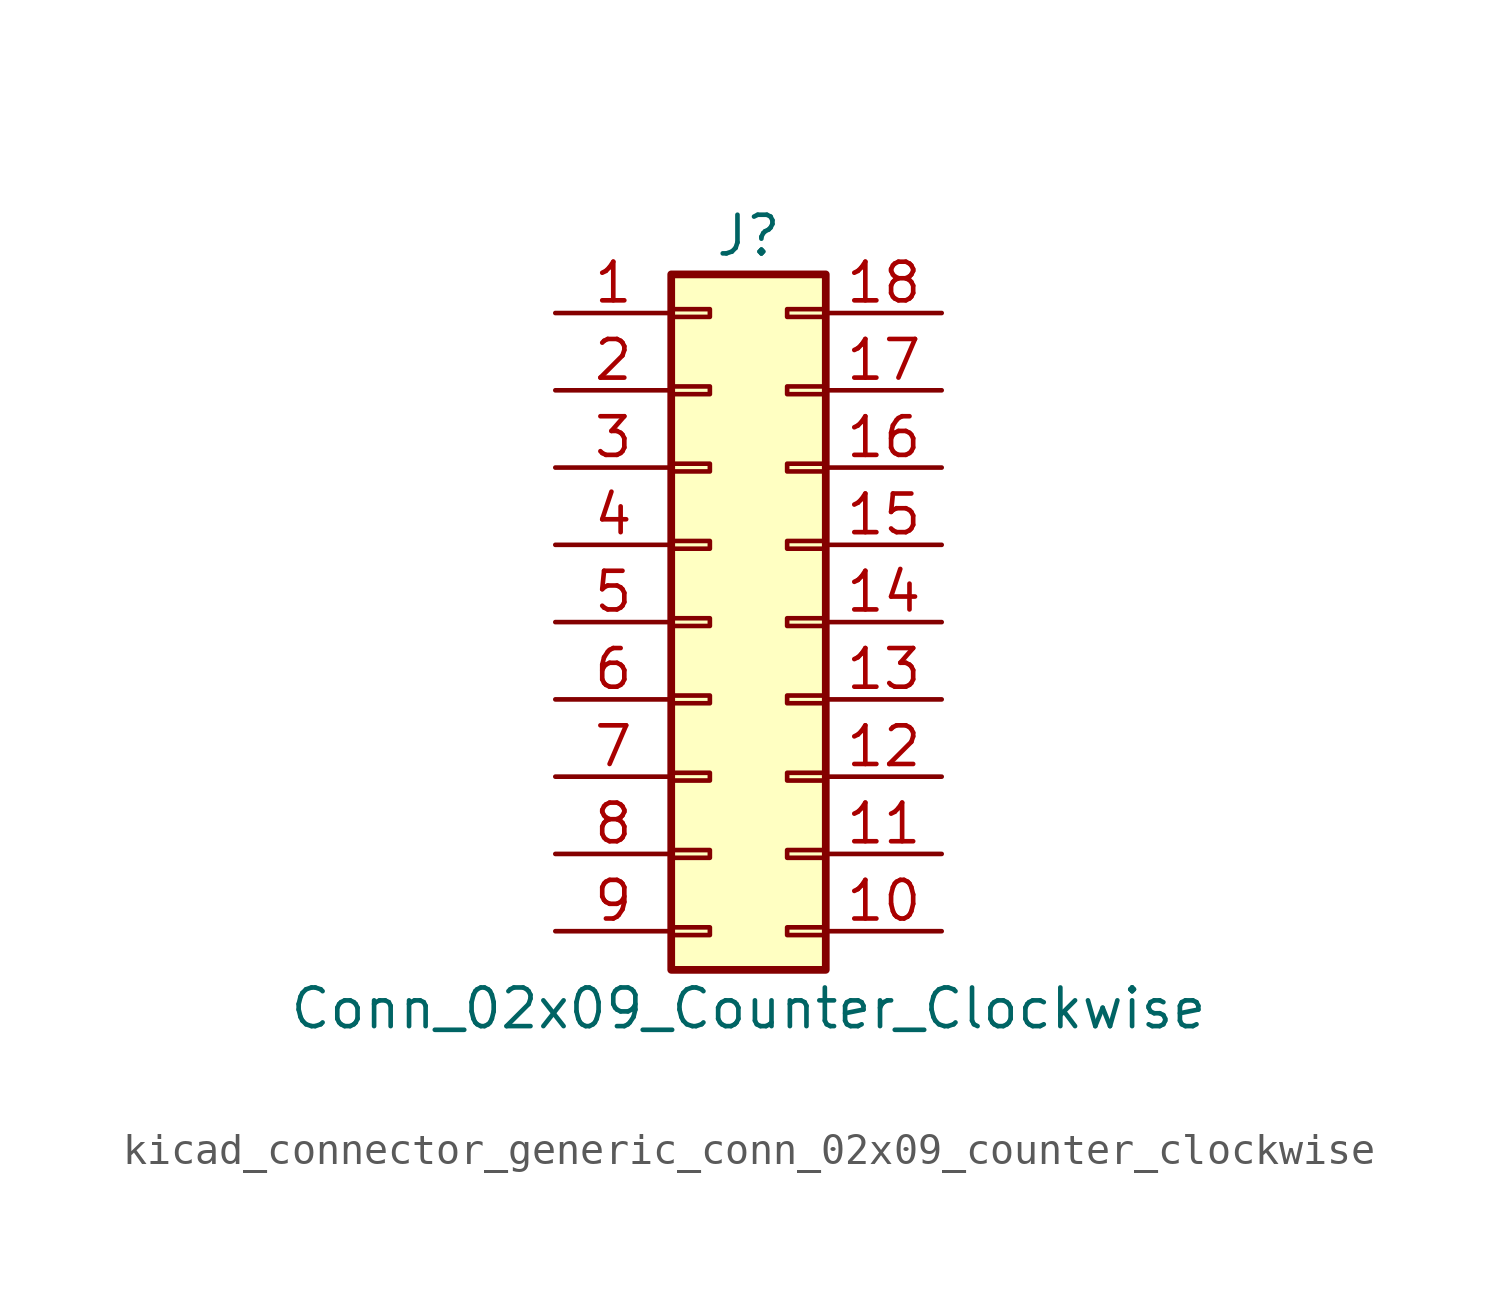
<source format=kicad_sym>
(kicad_symbol_lib
  (version 20220914)
  (generator kicad_symbol_editor)
  (symbol "kicad_connector_generic_conn_02x09_counter_clockwise"
    (pin_names
      (offset 1.016) hide)
    (property "Reference" "J"
      (at 1.27 12.7 0)
      (effects (font (size 1.27 1.27))))
    (property "Value" "Conn_02x09_Counter_Clockwise"
      (at 1.27 -12.7 0)
      (effects (font (size 1.27 1.27))))
    (symbol "kicad_connector_generic_conn_02x09_counter_clockwise_1_1"
      (rectangle (start -1.27 -10.033) (end 0 -10.287) (stroke (width 0.152) (type default)) (fill (type none)))
      (rectangle (start -1.27 -7.493) (end 0 -7.747) (stroke (width 0.152) (type default)) (fill (type none)))
      (rectangle (start -1.27 -4.953) (end 0 -5.207) (stroke (width 0.152) (type default)) (fill (type none)))
      (rectangle (start -1.27 -2.413) (end 0 -2.667) (stroke (width 0.152) (type default)) (fill (type none)))
      (rectangle (start -1.27 0.127) (end 0 -0.127) (stroke (width 0.152) (type default)) (fill (type none)))
      (rectangle (start -1.27 2.667) (end 0 2.413) (stroke (width 0.152) (type default)) (fill (type none)))
      (rectangle (start -1.27 5.207) (end 0 4.953) (stroke (width 0.152) (type default)) (fill (type none)))
      (rectangle (start -1.27 7.747) (end 0 7.493) (stroke (width 0.152) (type default)) (fill (type none)))
      (rectangle (start -1.27 10.287) (end 0 10.033) (stroke (width 0.152) (type default)) (fill (type none)))
      (rectangle (start -1.27 11.43) (end 3.81 -11.43) (stroke (width 0.254) (type default)) (fill (type background)))
      (rectangle (start 3.81 -10.033) (end 2.54 -10.287) (stroke (width 0.152) (type default)) (fill (type none)))
      (rectangle (start 3.81 -7.493) (end 2.54 -7.747) (stroke (width 0.152) (type default)) (fill (type none)))
      (rectangle (start 3.81 -4.953) (end 2.54 -5.207) (stroke (width 0.152) (type default)) (fill (type none)))
      (rectangle (start 3.81 -2.413) (end 2.54 -2.667) (stroke (width 0.152) (type default)) (fill (type none)))
      (rectangle (start 3.81 0.127) (end 2.54 -0.127) (stroke (width 0.152) (type default)) (fill (type none)))
      (rectangle (start 3.81 2.667) (end 2.54 2.413) (stroke (width 0.152) (type default)) (fill (type none)))
      (rectangle (start 3.81 5.207) (end 2.54 4.953) (stroke (width 0.152) (type default)) (fill (type none)))
      (rectangle (start 3.81 7.747) (end 2.54 7.493) (stroke (width 0.152) (type default)) (fill (type none)))
      (rectangle (start 3.81 10.287) (end 2.54 10.033) (stroke (width 0.152) (type default)) (fill (type none)))
      (pin passive line (at -5.08 10.16 0) (length 3.81) (name "Pin_1" (effects (font (size 1.27 1.27)))) (number "1" (effects (font (size 1.27 1.27)))))
      (pin passive line (at 7.62 -10.16 180) (length 3.81) (name "Pin_10" (effects (font (size 1.27 1.27)))) (number "10" (effects (font (size 1.27 1.27)))))
      (pin passive line (at 7.62 -7.62 180) (length 3.81) (name "Pin_11" (effects (font (size 1.27 1.27)))) (number "11" (effects (font (size 1.27 1.27)))))
      (pin passive line (at 7.62 -5.08 180) (length 3.81) (name "Pin_12" (effects (font (size 1.27 1.27)))) (number "12" (effects (font (size 1.27 1.27)))))
      (pin passive line (at 7.62 -2.54 180) (length 3.81) (name "Pin_13" (effects (font (size 1.27 1.27)))) (number "13" (effects (font (size 1.27 1.27)))))
      (pin passive line (at 7.62 0 180) (length 3.81) (name "Pin_14" (effects (font (size 1.27 1.27)))) (number "14" (effects (font (size 1.27 1.27)))))
      (pin passive line (at 7.62 2.54 180) (length 3.81) (name "Pin_15" (effects (font (size 1.27 1.27)))) (number "15" (effects (font (size 1.27 1.27)))))
      (pin passive line (at 7.62 5.08 180) (length 3.81) (name "Pin_16" (effects (font (size 1.27 1.27)))) (number "16" (effects (font (size 1.27 1.27)))))
      (pin passive line (at 7.62 7.62 180) (length 3.81) (name "Pin_17" (effects (font (size 1.27 1.27)))) (number "17" (effects (font (size 1.27 1.27)))))
      (pin passive line (at 7.62 10.16 180) (length 3.81) (name "Pin_18" (effects (font (size 1.27 1.27)))) (number "18" (effects (font (size 1.27 1.27)))))
      (pin passive line (at -5.08 7.62 0) (length 3.81) (name "Pin_2" (effects (font (size 1.27 1.27)))) (number "2" (effects (font (size 1.27 1.27)))))
      (pin passive line (at -5.08 5.08 0) (length 3.81) (name "Pin_3" (effects (font (size 1.27 1.27)))) (number "3" (effects (font (size 1.27 1.27)))))
      (pin passive line (at -5.08 2.54 0) (length 3.81) (name "Pin_4" (effects (font (size 1.27 1.27)))) (number "4" (effects (font (size 1.27 1.27)))))
      (pin passive line (at -5.08 0 0) (length 3.81) (name "Pin_5" (effects (font (size 1.27 1.27)))) (number "5" (effects (font (size 1.27 1.27)))))
      (pin passive line (at -5.08 -2.54 0) (length 3.81) (name "Pin_6" (effects (font (size 1.27 1.27)))) (number "6" (effects (font (size 1.27 1.27)))))
      (pin passive line (at -5.08 -5.08 0) (length 3.81) (name "Pin_7" (effects (font (size 1.27 1.27)))) (number "7" (effects (font (size 1.27 1.27)))))
      (pin passive line (at -5.08 -7.62 0) (length 3.81) (name "Pin_8" (effects (font (size 1.27 1.27)))) (number "8" (effects (font (size 1.27 1.27)))))
      (pin passive line (at -5.08 -10.16 0) (length 3.81) (name "Pin_9" (effects (font (size 1.27 1.27)))) (number "9" (effects (font (size 1.27 1.27))))))))
</source>
